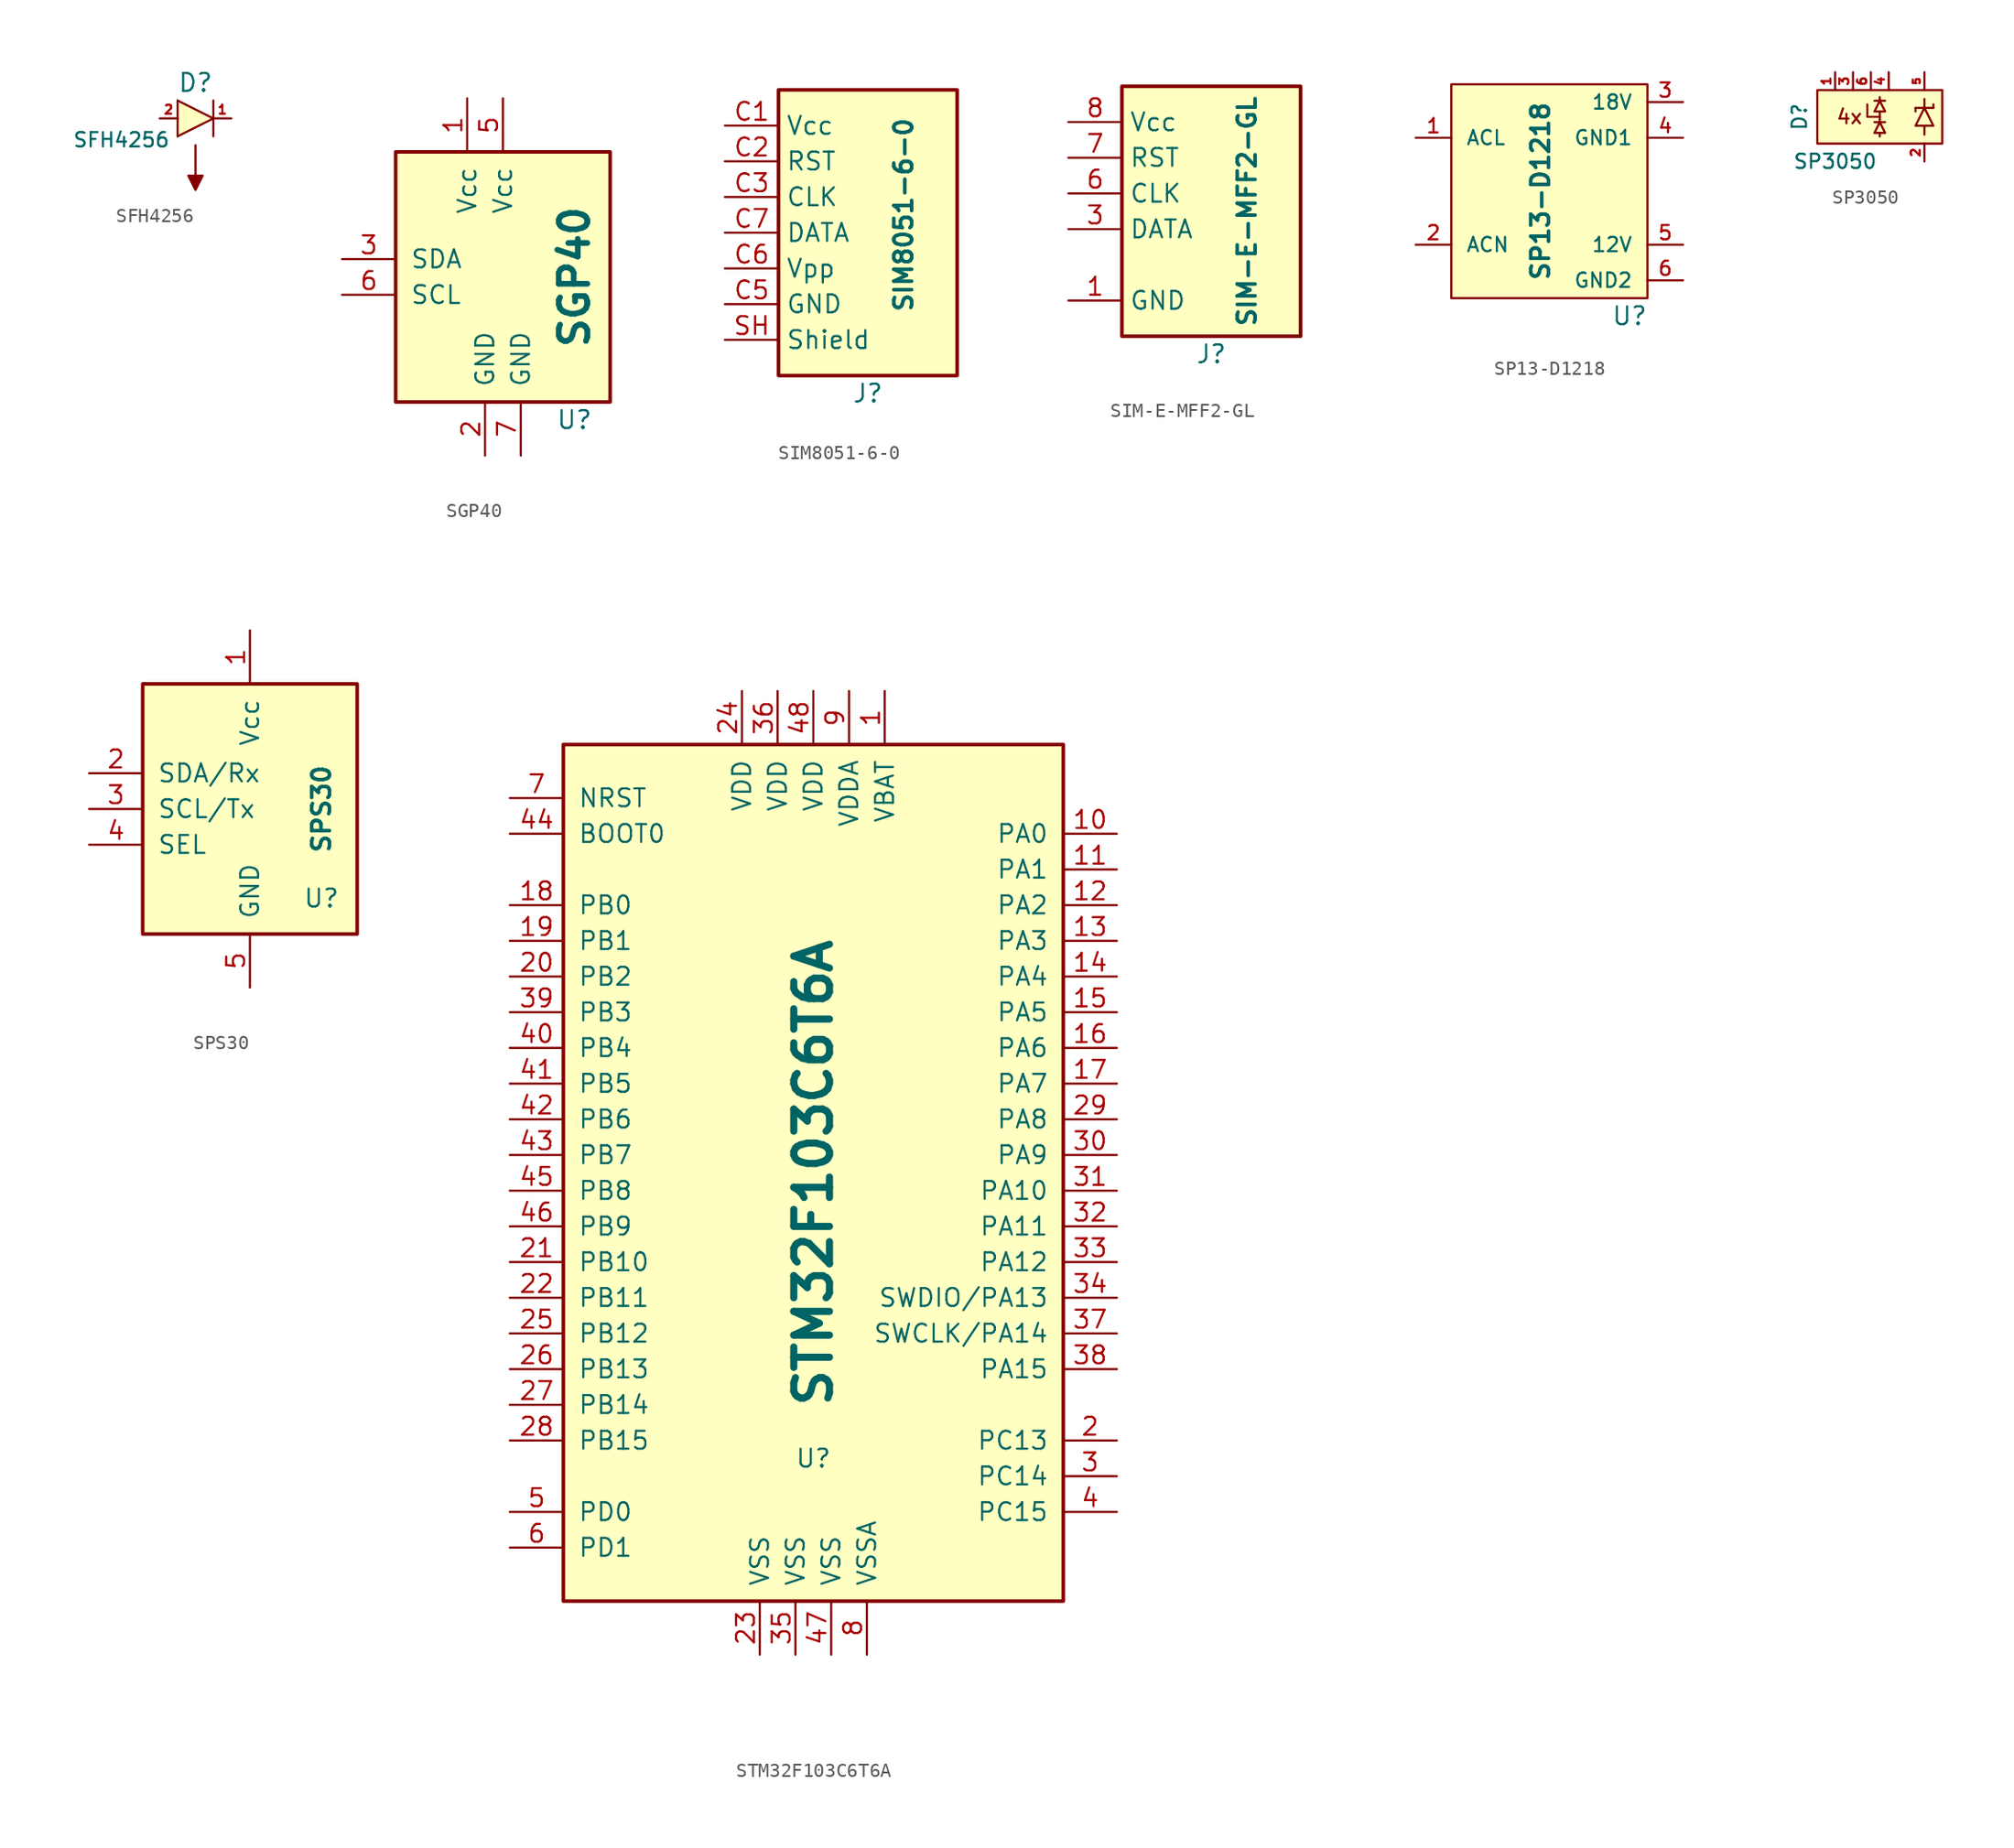
<source format=kicad_sym>
(kicad_symbol_lib
  (version 20231120)
  (generator "kicad_symbol_editor")
  (generator_version "8.0")
  (symbol "SFH4256"
    (pin_names
      (offset 0) hide)
    (property "Reference" "D"
      (at 0 2.54 0)
      (effects (font (size 1.27 1.27))))
    (property "Value" "SFH4256"
      (at -1.778 -1.524 0)
      (effects (font (size 1.016 1.016)) (justify right)))
    (property "Datasheet" ""
      (at 0 0 0)
      (effects (font (size 1.524 1.524))))
    (symbol "SFH4256_0_1"
      (polyline (pts (xy 0 -1.905) (xy 0 -4.445)) (stroke (width 0) (type default)) (fill (type none)))
      (polyline (pts (xy 1.27 1.27) (xy 1.27 -1.27)) (stroke (width 0) (type default)) (fill (type none)))
      (polyline (pts (xy -1.27 0) (xy -2.54 0) (xy -2.54 0)) (stroke (width 0.127) (type default)) (fill (type none)))
      (polyline (pts (xy -1.27 1.27) (xy -1.27 -1.27) (xy -1.27 -1.27)) (stroke (width 0) (type default)) (fill (type none)))
      (polyline (pts (xy -1.27 1.27) (xy 1.27 0) (xy -1.27 -1.27)) (stroke (width 0) (type default)) (fill (type background)))
      (polyline (pts (xy 1.27 0) (xy 2.54 0) (xy 2.54 0)) (stroke (width 0.127) (type default)) (fill (type none)))
      (polyline (pts (xy 0 -5.08) (xy -0.508 -4.064) (xy 0.508 -4.064) (xy 0 -5.08)) (stroke (width 0) (type default)) (fill (type outline))))
    (symbol "SFH4256_1_1"
      (pin passive line (at 2.54 0 180) (length 1.27) (name "K" (effects (font (size 0.635 0.635)))) (number "1" (effects (font (size 0.635 0.635)))))
      (pin passive line (at -2.54 0 0) (length 1.27) (name "A" (effects (font (size 0.635 0.635)))) (number "2" (effects (font (size 0.635 0.635)))))))
  (symbol "SGP40"
    (pin_names
      (offset 1.016))
    (property "Reference" "U"
      (at 5.08 -10.16 0)
      (effects (font (size 1.27 1.27))))
    (property "Value" "SGP40"
      (at 5.08 0 90)
      (effects (font (size 2.032 2.032) (bold yes))))
    (symbol "SGP40_0_1"
      (rectangle (start -7.62 8.89) (end 7.62 -8.89) (stroke (width 0.254) (type default)) (fill (type background))))
    (symbol "SGP40_1_1"
      (pin passive line (at -2.54 12.7 270) (length 3.81) (name "Vcc" (effects (font (size 1.27 1.27)))) (number "1" (effects (font (size 1.27 1.27)))))
      (pin passive line (at -1.27 -12.7 90) (length 3.81) (name "GND" (effects (font (size 1.27 1.27)))) (number "2" (effects (font (size 1.27 1.27)))))
      (pin passive line (at -11.43 1.27 0) (length 3.81) (name "SDA" (effects (font (size 1.27 1.27)))) (number "3" (effects (font (size 1.27 1.27)))))
      (pin passive line (at 0 12.7 270) (length 3.81) (name "Vcc" (effects (font (size 1.27 1.27)))) (number "5" (effects (font (size 1.27 1.27)))))
      (pin passive line (at -11.43 -1.27 0) (length 3.81) (name "SCL" (effects (font (size 1.27 1.27)))) (number "6" (effects (font (size 1.27 1.27)))))
      (pin passive line (at 1.27 -12.7 90) (length 3.81) (name "GND" (effects (font (size 1.27 1.27)))) (number "7" (effects (font (size 1.27 1.27)))))))
  (symbol "SIM8051-6-0"
    (property "Reference" "J"
      (at 0 -11.43 0)
      (effects (font (size 1.27 1.27))))
    (property "Value" "SIM8051-6-0"
      (at 2.54 1.27 90)
      (effects (font (size 1.27 1.27) (bold yes))))
    (symbol "SIM8051-6-0_0_1"
      (rectangle (start -6.35 10.16) (end 6.35 -10.16) (stroke (width 0.254) (type default)) (fill (type background))))
    (symbol "SIM8051-6-0_1_1"
      (pin passive line (at -10.16 7.62 0) (length 3.81) (name "Vcc" (effects (font (size 1.27 1.27)))) (number "C1" (effects (font (size 1.27 1.27)))))
      (pin passive line (at -10.16 5.08 0) (length 3.81) (name "RST" (effects (font (size 1.27 1.27)))) (number "C2" (effects (font (size 1.27 1.27)))))
      (pin passive line (at -10.16 2.54 0) (length 3.81) (name "CLK" (effects (font (size 1.27 1.27)))) (number "C3" (effects (font (size 1.27 1.27)))))
      (pin passive line (at -10.16 -5.08 0) (length 3.81) (name "GND" (effects (font (size 1.27 1.27)))) (number "C5" (effects (font (size 1.27 1.27)))))
      (pin passive line (at -10.16 -2.54 0) (length 3.81) (name "Vpp" (effects (font (size 1.27 1.27)))) (number "C6" (effects (font (size 1.27 1.27)))))
      (pin passive line (at -10.16 0 0) (length 3.81) (name "DATA" (effects (font (size 1.27 1.27)))) (number "C7" (effects (font (size 1.27 1.27)))))
      (pin passive line (at -10.16 -7.62 0) (length 3.81) (name "Shield" (effects (font (size 1.27 1.27)))) (number "SH" (effects (font (size 1.27 1.27)))))))
  (symbol "SIM-E-MFF2-GL"
    (property "Reference" "J"
      (at 0 -10.16 0)
      (effects (font (size 1.27 1.27))))
    (property "Value" "SIM-E-MFF2-GL"
      (at 2.54 0 90)
      (effects (font (size 1.27 1.27) (bold yes))))
    (symbol "SIM-E-MFF2-GL_0_1"
      (rectangle (start -6.35 8.89) (end 6.35 -8.89) (stroke (width 0.254) (type default)) (fill (type background))))
    (symbol "SIM-E-MFF2-GL_1_1"
      (pin passive line (at -10.16 -6.35 0) (length 3.81) (name "GND" (effects (font (size 1.27 1.27)))) (number "1" (effects (font (size 1.27 1.27)))))
      (pin passive line (at -10.16 -1.27 0) (length 3.81) (name "DATA" (effects (font (size 1.27 1.27)))) (number "3" (effects (font (size 1.27 1.27)))))
      (pin passive line (at -10.16 1.27 0) (length 3.81) (name "CLK" (effects (font (size 1.27 1.27)))) (number "6" (effects (font (size 1.27 1.27)))))
      (pin passive line (at -10.16 3.81 0) (length 3.81) (name "RST" (effects (font (size 1.27 1.27)))) (number "7" (effects (font (size 1.27 1.27)))))
      (pin passive line (at -10.16 6.35 0) (length 3.81) (name "Vcc" (effects (font (size 1.27 1.27)))) (number "8" (effects (font (size 1.27 1.27)))))))
  (symbol "SP13-D1218"
    (pin_names
      (offset 1.016))
    (property "Reference" "U"
      (at 5.08 -8.89 0)
      (effects (font (size 1.27 1.27))))
    (property "Value" "SP13-D1218"
      (at -1.27 0 90)
      (effects (font (size 1.27 1.27) (bold yes))))
    (symbol "SP13-D1218_0_1"
      (rectangle (start 6.35 7.62) (end -7.62 -7.62) (stroke (width 0) (type default)) (fill (type background))))
    (symbol "SP13-D1218_1_1"
      (pin passive line (at -10.16 3.81 0) (length 2.54) (name "ACL" (effects (font (size 1.016 1.016)))) (number "1" (effects (font (size 1.016 1.016)))))
      (pin passive line (at -10.16 -3.81 0) (length 2.54) (name "ACN" (effects (font (size 1.016 1.016)))) (number "2" (effects (font (size 1.016 1.016)))))
      (pin passive line (at 8.89 6.35 180) (length 2.54) (name "18V" (effects (font (size 1.016 1.016)))) (number "3" (effects (font (size 1.016 1.016)))))
      (pin passive line (at 8.89 3.81 180) (length 2.54) (name "GND1" (effects (font (size 1.016 1.016)))) (number "4" (effects (font (size 1.016 1.016)))))
      (pin passive line (at 8.89 -3.81 180) (length 2.54) (name "12V" (effects (font (size 1.016 1.016)))) (number "5" (effects (font (size 1.016 1.016)))))
      (pin passive line (at 8.89 -6.35 180) (length 2.54) (name "GND2" (effects (font (size 1.016 1.016)))) (number "6" (effects (font (size 1.016 1.016)))))))
  (symbol "SP3050"
    (pin_names
      (offset 1.016))
    (property "Reference" "D"
      (at -6.35 0.635 90)
      (effects (font (size 1.016 1.016))))
    (property "Value" "SP3050"
      (at -3.81 -2.54 0)
      (effects (font (size 1.016 1.016))))
    (property "Datasheet" ""
      (at 0 0 0)
      (effects (font (size 1.524 1.524))))
    (symbol "SP3050_0_0"
      (rectangle (start -5.08 2.54) (end 3.81 -1.27) (stroke (width 0) (type default)) (fill (type background)))
      (polyline (pts (xy -1.016 0.254) (xy -0.254 0.254)) (stroke (width 0) (type default)) (fill (type none)))
      (polyline (pts (xy -1.016 1.778) (xy -0.254 1.778)) (stroke (width 0) (type default)) (fill (type none)))
      (polyline (pts (xy -0.635 -0.508) (xy -0.635 -0.762)) (stroke (width 0) (type default)) (fill (type none)))
      (polyline (pts (xy -0.635 0.254) (xy -0.635 0.508)) (stroke (width 0) (type default)) (fill (type none)))
      (polyline (pts (xy -0.635 0.508) (xy -0.635 1.016)) (stroke (width 0) (type default)) (fill (type none)))
      (polyline (pts (xy -0.635 1.778) (xy -0.635 2.032)) (stroke (width 0) (type default)) (fill (type none)))
      (polyline (pts (xy -0.635 0.635) (xy -1.524 0.635) (xy -1.524 1.524)) (stroke (width 0) (type default)) (fill (type none)))
      (polyline (pts (xy -1.016 -0.508) (xy -0.254 -0.508) (xy -0.635 0.254) (xy -1.016 -0.508)) (stroke (width 0) (type default)) (fill (type none)))
      (polyline (pts (xy -1.016 1.016) (xy -0.254 1.016) (xy -0.635 1.778) (xy -1.016 1.016)) (stroke (width 0) (type default)) (fill (type none)))
      (text "4x" (at -2.794 0.635 0) (effects (font (size 1.016 1.016)))))
    (symbol "SP3050_0_1"
      (polyline (pts (xy 1.905 1.27) (xy 1.905 1.016)) (stroke (width 0) (type default)) (fill (type none)))
      (polyline (pts (xy 1.905 1.27) (xy 3.175 1.27)) (stroke (width 0) (type default)) (fill (type none)))
      (polyline (pts (xy 2.54 0) (xy 2.54 -0.635)) (stroke (width 0) (type default)) (fill (type none)))
      (polyline (pts (xy 2.54 1.27) (xy 2.54 1.905)) (stroke (width 0) (type default)) (fill (type none)))
      (polyline (pts (xy 3.175 1.27) (xy 3.175 1.524)) (stroke (width 0) (type default)) (fill (type none)))
      (polyline (pts (xy 2.54 1.27) (xy 1.905 0) (xy 3.175 0) (xy 2.54 1.27)) (stroke (width 0) (type default)) (fill (type none))))
    (symbol "SP3050_1_1"
      (pin passive line (at -3.81 3.81 270) (length 1.27) (name "~" (effects (font (size 0.762 0.762)))) (number "1" (effects (font (size 0.635 0.635)))))
      (pin passive line (at 2.54 -2.54 90) (length 1.27) (name "~" (effects (font (size 1.27 1.27)))) (number "2" (effects (font (size 0.635 0.635)))))
      (pin passive line (at -2.54 3.81 270) (length 1.27) (name "~" (effects (font (size 1.27 1.27)))) (number "3" (effects (font (size 0.635 0.635)))))
      (pin passive line (at 0 3.81 270) (length 1.27) (name "~" (effects (font (size 1.27 1.27)))) (number "4" (effects (font (size 0.635 0.635)))))
      (pin passive line (at 2.54 3.81 270) (length 1.27) (name "~" (effects (font (size 1.27 1.27)))) (number "5" (effects (font (size 0.508 0.508)))))
      (pin passive line (at -1.27 3.81 270) (length 1.27) (name "~" (effects (font (size 1.27 1.27)))) (number "6" (effects (font (size 0.635 0.635)))))))
  (symbol "SPS30"
    (pin_names
      (offset 1.016))
    (property "Reference" "U"
      (at 5.08 -6.35 0)
      (effects (font (size 1.27 1.27))))
    (property "Value" "SPS30"
      (at 5.08 0 90)
      (effects (font (size 1.27 1.27) (bold yes))))
    (symbol "SPS30_0_1"
      (rectangle (start -7.62 8.89) (end 7.62 -8.89) (stroke (width 0.254) (type default)) (fill (type background))))
    (symbol "SPS30_1_1"
      (pin passive line (at 0 12.7 270) (length 3.81) (name "Vcc" (effects (font (size 1.27 1.27)))) (number "1" (effects (font (size 1.27 1.27)))))
      (pin passive line (at -11.43 2.54 0) (length 3.81) (name "SDA/Rx" (effects (font (size 1.27 1.27)))) (number "2" (effects (font (size 1.27 1.27)))))
      (pin passive line (at -11.43 0 0) (length 3.81) (name "SCL/Tx" (effects (font (size 1.27 1.27)))) (number "3" (effects (font (size 1.27 1.27)))))
      (pin passive line (at -11.43 -2.54 0) (length 3.81) (name "SEL" (effects (font (size 1.27 1.27)))) (number "4" (effects (font (size 1.27 1.27)))))
      (pin passive line (at 0 -12.7 90) (length 3.81) (name "GND" (effects (font (size 1.27 1.27)))) (number "5" (effects (font (size 1.27 1.27)))))))
  (symbol "STM32F103C6T6A"
    (pin_names
      (offset 1.016))
    (property "Reference" "U"
      (at 0 -20.32 0)
      (effects (font (size 1.27 1.27))))
    (property "Value" "STM32F103C6T6A"
      (at 0 0 90)
      (effects (font (size 2.54 2.54) (bold yes))))
    (symbol "STM32F103C6T6A_0_1"
      (rectangle (start -17.78 -30.48) (end 17.78 30.48) (stroke (width 0.254) (type default)) (fill (type background))))
    (symbol "STM32F103C6T6A_1_1"
      (pin power_in line (at 5.08 34.29 270) (length 3.81) (name "VBAT" (effects (font (size 1.27 1.27)))) (number "1" (effects (font (size 1.27 1.27)))))
      (pin bidirectional line (at 21.59 24.13 180) (length 3.81) (name "PA0" (effects (font (size 1.27 1.27)))) (number "10" (effects (font (size 1.27 1.27)))))
      (pin bidirectional line (at 21.59 21.59 180) (length 3.81) (name "PA1" (effects (font (size 1.27 1.27)))) (number "11" (effects (font (size 1.27 1.27)))))
      (pin bidirectional line (at 21.59 19.05 180) (length 3.81) (name "PA2" (effects (font (size 1.27 1.27)))) (number "12" (effects (font (size 1.27 1.27)))))
      (pin bidirectional line (at 21.59 16.51 180) (length 3.81) (name "PA3" (effects (font (size 1.27 1.27)))) (number "13" (effects (font (size 1.27 1.27)))))
      (pin bidirectional line (at 21.59 13.97 180) (length 3.81) (name "PA4" (effects (font (size 1.27 1.27)))) (number "14" (effects (font (size 1.27 1.27)))))
      (pin bidirectional line (at 21.59 11.43 180) (length 3.81) (name "PA5" (effects (font (size 1.27 1.27)))) (number "15" (effects (font (size 1.27 1.27)))))
      (pin bidirectional line (at 21.59 8.89 180) (length 3.81) (name "PA6" (effects (font (size 1.27 1.27)))) (number "16" (effects (font (size 1.27 1.27)))))
      (pin bidirectional line (at 21.59 6.35 180) (length 3.81) (name "PA7" (effects (font (size 1.27 1.27)))) (number "17" (effects (font (size 1.27 1.27)))))
      (pin bidirectional line (at -21.59 19.05 0) (length 3.81) (name "PB0" (effects (font (size 1.27 1.27)))) (number "18" (effects (font (size 1.27 1.27)))))
      (pin bidirectional line (at -21.59 16.51 0) (length 3.81) (name "PB1" (effects (font (size 1.27 1.27)))) (number "19" (effects (font (size 1.27 1.27)))))
      (pin bidirectional line (at 21.59 -19.05 180) (length 3.81) (name "PC13" (effects (font (size 1.27 1.27)))) (number "2" (effects (font (size 1.27 1.27)))))
      (pin bidirectional line (at -21.59 13.97 0) (length 3.81) (name "PB2" (effects (font (size 1.27 1.27)))) (number "20" (effects (font (size 1.27 1.27)))))
      (pin bidirectional line (at -21.59 -6.35 0) (length 3.81) (name "PB10" (effects (font (size 1.27 1.27)))) (number "21" (effects (font (size 1.27 1.27)))))
      (pin bidirectional line (at -21.59 -8.89 0) (length 3.81) (name "PB11" (effects (font (size 1.27 1.27)))) (number "22" (effects (font (size 1.27 1.27)))))
      (pin power_in line (at -3.81 -34.29 90) (length 3.81) (name "VSS" (effects (font (size 1.27 1.27)))) (number "23" (effects (font (size 1.27 1.27)))))
      (pin power_in line (at -5.08 34.29 270) (length 3.81) (name "VDD" (effects (font (size 1.27 1.27)))) (number "24" (effects (font (size 1.27 1.27)))))
      (pin bidirectional line (at -21.59 -11.43 0) (length 3.81) (name "PB12" (effects (font (size 1.27 1.27)))) (number "25" (effects (font (size 1.27 1.27)))))
      (pin bidirectional line (at -21.59 -13.97 0) (length 3.81) (name "PB13" (effects (font (size 1.27 1.27)))) (number "26" (effects (font (size 1.27 1.27)))))
      (pin bidirectional line (at -21.59 -16.51 0) (length 3.81) (name "PB14" (effects (font (size 1.27 1.27)))) (number "27" (effects (font (size 1.27 1.27)))))
      (pin bidirectional line (at -21.59 -19.05 0) (length 3.81) (name "PB15" (effects (font (size 1.27 1.27)))) (number "28" (effects (font (size 1.27 1.27)))))
      (pin bidirectional line (at 21.59 3.81 180) (length 3.81) (name "PA8" (effects (font (size 1.27 1.27)))) (number "29" (effects (font (size 1.27 1.27)))))
      (pin bidirectional line (at 21.59 -21.59 180) (length 3.81) (name "PC14" (effects (font (size 1.27 1.27)))) (number "3" (effects (font (size 1.27 1.27)))))
      (pin bidirectional line (at 21.59 1.27 180) (length 3.81) (name "PA9" (effects (font (size 1.27 1.27)))) (number "30" (effects (font (size 1.27 1.27)))))
      (pin bidirectional line (at 21.59 -1.27 180) (length 3.81) (name "PA10" (effects (font (size 1.27 1.27)))) (number "31" (effects (font (size 1.27 1.27)))))
      (pin bidirectional line (at 21.59 -3.81 180) (length 3.81) (name "PA11" (effects (font (size 1.27 1.27)))) (number "32" (effects (font (size 1.27 1.27)))))
      (pin bidirectional line (at 21.59 -6.35 180) (length 3.81) (name "PA12" (effects (font (size 1.27 1.27)))) (number "33" (effects (font (size 1.27 1.27)))))
      (pin bidirectional line (at 21.59 -8.89 180) (length 3.81) (name "SWDIO/PA13" (effects (font (size 1.27 1.27)))) (number "34" (effects (font (size 1.27 1.27)))))
      (pin power_in line (at -1.27 -34.29 90) (length 3.81) (name "VSS" (effects (font (size 1.27 1.27)))) (number "35" (effects (font (size 1.27 1.27)))))
      (pin power_in line (at -2.54 34.29 270) (length 3.81) (name "VDD" (effects (font (size 1.27 1.27)))) (number "36" (effects (font (size 1.27 1.27)))))
      (pin bidirectional line (at 21.59 -11.43 180) (length 3.81) (name "SWCLK/PA14" (effects (font (size 1.27 1.27)))) (number "37" (effects (font (size 1.27 1.27)))))
      (pin bidirectional line (at 21.59 -13.97 180) (length 3.81) (name "PA15" (effects (font (size 1.27 1.27)))) (number "38" (effects (font (size 1.27 1.27)))))
      (pin bidirectional line (at -21.59 11.43 0) (length 3.81) (name "PB3" (effects (font (size 1.27 1.27)))) (number "39" (effects (font (size 1.27 1.27)))))
      (pin bidirectional line (at 21.59 -24.13 180) (length 3.81) (name "PC15" (effects (font (size 1.27 1.27)))) (number "4" (effects (font (size 1.27 1.27)))))
      (pin bidirectional line (at -21.59 8.89 0) (length 3.81) (name "PB4" (effects (font (size 1.27 1.27)))) (number "40" (effects (font (size 1.27 1.27)))))
      (pin bidirectional line (at -21.59 6.35 0) (length 3.81) (name "PB5" (effects (font (size 1.27 1.27)))) (number "41" (effects (font (size 1.27 1.27)))))
      (pin bidirectional line (at -21.59 3.81 0) (length 3.81) (name "PB6" (effects (font (size 1.27 1.27)))) (number "42" (effects (font (size 1.27 1.27)))))
      (pin bidirectional line (at -21.59 1.27 0) (length 3.81) (name "PB7" (effects (font (size 1.27 1.27)))) (number "43" (effects (font (size 1.27 1.27)))))
      (pin input line (at -21.59 24.13 0) (length 3.81) (name "BOOT0" (effects (font (size 1.27 1.27)))) (number "44" (effects (font (size 1.27 1.27)))))
      (pin bidirectional line (at -21.59 -1.27 0) (length 3.81) (name "PB8" (effects (font (size 1.27 1.27)))) (number "45" (effects (font (size 1.27 1.27)))))
      (pin bidirectional line (at -21.59 -3.81 0) (length 3.81) (name "PB9" (effects (font (size 1.27 1.27)))) (number "46" (effects (font (size 1.27 1.27)))))
      (pin power_in line (at 1.27 -34.29 90) (length 3.81) (name "VSS" (effects (font (size 1.27 1.27)))) (number "47" (effects (font (size 1.27 1.27)))))
      (pin power_in line (at 0 34.29 270) (length 3.81) (name "VDD" (effects (font (size 1.27 1.27)))) (number "48" (effects (font (size 1.27 1.27)))))
      (pin input line (at -21.59 -24.13 0) (length 3.81) (name "PD0" (effects (font (size 1.27 1.27)))) (number "5" (effects (font (size 1.27 1.27)))))
      (pin input line (at -21.59 -26.67 0) (length 3.81) (name "PD1" (effects (font (size 1.27 1.27)))) (number "6" (effects (font (size 1.27 1.27)))))
      (pin input line (at -21.59 26.67 0) (length 3.81) (name "NRST" (effects (font (size 1.27 1.27)))) (number "7" (effects (font (size 1.27 1.27)))))
      (pin power_in line (at 3.81 -34.29 90) (length 3.81) (name "VSSA" (effects (font (size 1.27 1.27)))) (number "8" (effects (font (size 1.27 1.27)))))
      (pin power_in line (at 2.54 34.29 270) (length 3.81) (name "VDDA" (effects (font (size 1.27 1.27)))) (number "9" (effects (font (size 1.27 1.27))))))))
</source>
